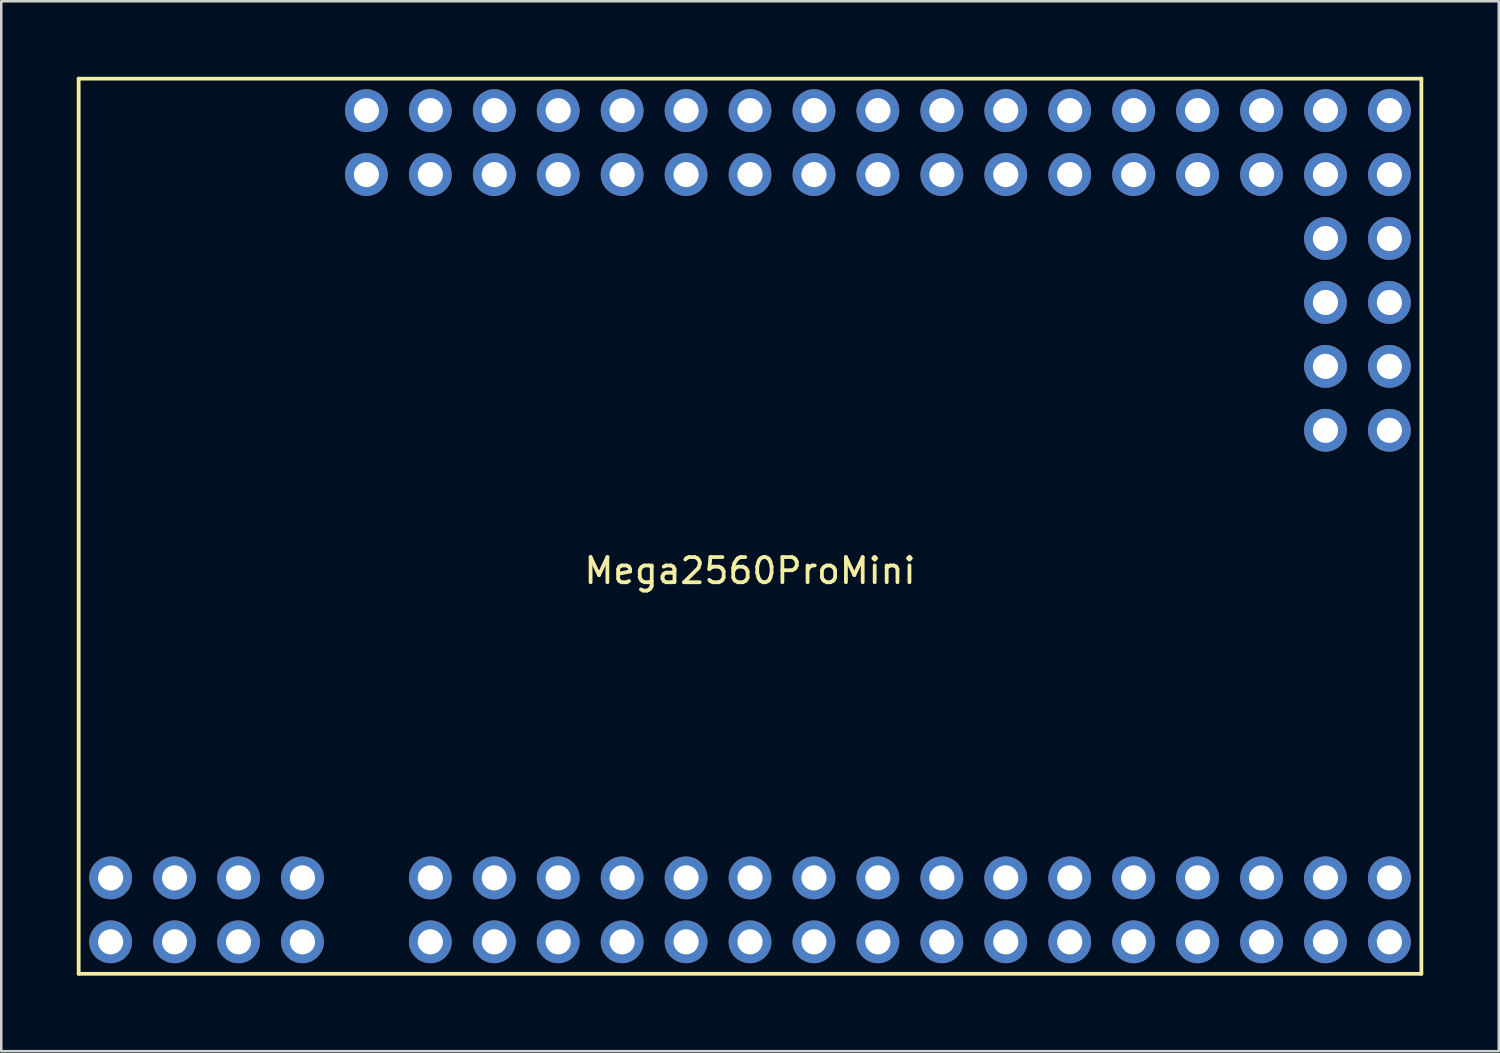
<source format=kicad_pcb>
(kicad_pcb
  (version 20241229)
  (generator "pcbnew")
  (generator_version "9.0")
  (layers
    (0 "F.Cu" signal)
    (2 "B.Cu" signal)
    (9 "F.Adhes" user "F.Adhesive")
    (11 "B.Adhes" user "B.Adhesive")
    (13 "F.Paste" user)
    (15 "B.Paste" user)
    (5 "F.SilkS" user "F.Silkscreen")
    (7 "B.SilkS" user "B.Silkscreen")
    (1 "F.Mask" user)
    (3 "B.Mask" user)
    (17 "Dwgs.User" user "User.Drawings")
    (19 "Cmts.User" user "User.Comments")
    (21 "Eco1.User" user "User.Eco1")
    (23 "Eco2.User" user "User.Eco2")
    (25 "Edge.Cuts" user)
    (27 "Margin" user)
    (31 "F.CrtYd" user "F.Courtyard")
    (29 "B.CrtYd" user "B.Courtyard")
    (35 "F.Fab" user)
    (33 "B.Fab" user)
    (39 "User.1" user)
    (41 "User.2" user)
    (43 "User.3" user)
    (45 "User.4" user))
  (footprint "Mega2560ProMini"
    (layer "F.Cu")
    (at 26.745 16.585)
    (property "Reference" "Mega2560ProMini" (at 0 3.04 0) (layer "F.SilkS") (effects (font (size 1 1) (thickness 0.15))))
    (attr through_hole)
    (fp_line (start -26.67 -16.51) (end 26.67 -16.51) (stroke (width 0.15) (type solid)) (layer "F.SilkS"))
    (fp_line (start -26.67 19.05) (end -26.67 -16.51) (stroke (width 0.15) (type solid)) (layer "F.SilkS"))
    (fp_line (start 26.67 -16.51) (end 26.67 19.05) (stroke (width 0.15) (type solid)) (layer "F.SilkS"))
    (fp_line (start 26.67 19.05) (end -26.67 19.05) (stroke (width 0.15) (type solid)) (layer "F.SilkS"))
    (pad "1" thru_hole circle (at -15.24 -15.24) (size 1.7 1.7) (drill 1) (layers "*.Cu" "*.Mask"))
    (pad "2" thru_hole circle (at -15.24 -12.7) (size 1.7 1.7) (drill 1) (layers "*.Cu" "*.Mask"))
    (pad "3" thru_hole circle (at -12.7 -15.24) (size 1.7 1.7) (drill 1) (layers "*.Cu" "*.Mask"))
    (pad "4" thru_hole circle (at -12.7 -12.7) (size 1.7 1.7) (drill 1) (layers "*.Cu" "*.Mask"))
    (pad "5" thru_hole circle (at -10.16 -15.24) (size 1.7 1.7) (drill 1) (layers "*.Cu" "*.Mask"))
    (pad "6" thru_hole circle (at -10.16 -12.7) (size 1.7 1.7) (drill 1) (layers "*.Cu" "*.Mask"))
    (pad "7" thru_hole circle (at -7.62 -15.24) (size 1.7 1.7) (drill 1) (layers "*.Cu" "*.Mask"))
    (pad "8" thru_hole circle (at -7.62 -12.7) (size 1.7 1.7) (drill 1) (layers "*.Cu" "*.Mask"))
    (pad "9" thru_hole circle (at -5.08 -15.24) (size 1.7 1.7) (drill 1) (layers "*.Cu" "*.Mask"))
    (pad "10" thru_hole circle (at -5.08 -12.7) (size 1.7 1.7) (drill 1) (layers "*.Cu" "*.Mask"))
    (pad "11" thru_hole circle (at -2.54 -15.24) (size 1.7 1.7) (drill 1) (layers "*.Cu" "*.Mask"))
    (pad "12" thru_hole circle (at -2.54 -12.7) (size 1.7 1.7) (drill 1) (layers "*.Cu" "*.Mask"))
    (pad "13" thru_hole circle (at 0 -15.24) (size 1.7 1.7) (drill 1) (layers "*.Cu" "*.Mask"))
    (pad "14" thru_hole circle (at 0 -12.7) (size 1.7 1.7) (drill 1) (layers "*.Cu" "*.Mask"))
    (pad "15" thru_hole circle (at 2.54 -15.24) (size 1.7 1.7) (drill 1) (layers "*.Cu" "*.Mask"))
    (pad "16" thru_hole circle (at 2.54 -12.7) (size 1.7 1.7) (drill 1) (layers "*.Cu" "*.Mask"))
    (pad "17" thru_hole circle (at 5.08 -15.24) (size 1.7 1.7) (drill 1) (layers "*.Cu" "*.Mask"))
    (pad "18" thru_hole circle (at 5.08 -12.7) (size 1.7 1.7) (drill 1) (layers "*.Cu" "*.Mask"))
    (pad "19" thru_hole circle (at -12.7 15.24) (size 1.7 1.7) (drill 1) (layers "*.Cu" "*.Mask"))
    (pad "20" thru_hole circle (at -12.7 17.78) (size 1.7 1.7) (drill 1) (layers "*.Cu" "*.Mask"))
    (pad "21" thru_hole circle (at -10.16 15.24) (size 1.7 1.7) (drill 1) (layers "*.Cu" "*.Mask"))
    (pad "22" thru_hole circle (at -10.16 17.78) (size 1.7 1.7) (drill 1) (layers "*.Cu" "*.Mask"))
    (pad "23" thru_hole circle (at -7.62 15.24) (size 1.7 1.7) (drill 1) (layers "*.Cu" "*.Mask"))
    (pad "24" thru_hole circle (at -7.62 17.78) (size 1.7 1.7) (drill 1) (layers "*.Cu" "*.Mask"))
    (pad "25" thru_hole circle (at -5.08 15.24) (size 1.7 1.7) (drill 1) (layers "*.Cu" "*.Mask"))
    (pad "26" thru_hole circle (at -5.08 17.78) (size 1.7 1.7) (drill 1) (layers "*.Cu" "*.Mask"))
    (pad "27" thru_hole circle (at -2.54 15.24) (size 1.7 1.7) (drill 1) (layers "*.Cu" "*.Mask"))
    (pad "28" thru_hole circle (at -2.54 17.78) (size 1.7 1.7) (drill 1) (layers "*.Cu" "*.Mask"))
    (pad "29" thru_hole circle (at 0 15.24) (size 1.7 1.7) (drill 1) (layers "*.Cu" "*.Mask"))
    (pad "30" thru_hole circle (at 0 17.78) (size 1.7 1.7) (drill 1) (layers "*.Cu" "*.Mask"))
    (pad "31" thru_hole circle (at 2.54 15.24) (size 1.7 1.7) (drill 1) (layers "*.Cu" "*.Mask"))
    (pad "32" thru_hole circle (at 2.54 17.78) (size 1.7 1.7) (drill 1) (layers "*.Cu" "*.Mask"))
    (pad "33" thru_hole circle (at 5.08 15.24) (size 1.7 1.7) (drill 1) (layers "*.Cu" "*.Mask"))
    (pad "34" thru_hole circle (at 5.08 17.78) (size 1.7 1.7) (drill 1) (layers "*.Cu" "*.Mask"))
    (pad "35" thru_hole circle (at 7.62 15.24) (size 1.7 1.7) (drill 1) (layers "*.Cu" "*.Mask"))
    (pad "36" thru_hole circle (at 7.62 17.78) (size 1.7 1.7) (drill 1) (layers "*.Cu" "*.Mask"))
    (pad "37" thru_hole circle (at 10.16 15.24) (size 1.7 1.7) (drill 1) (layers "*.Cu" "*.Mask"))
    (pad "38" thru_hole circle (at 10.16 17.78) (size 1.7 1.7) (drill 1) (layers "*.Cu" "*.Mask"))
    (pad "39" thru_hole circle (at 12.7 15.24) (size 1.7 1.7) (drill 1) (layers "*.Cu" "*.Mask"))
    (pad "40" thru_hole circle (at 12.7 17.78) (size 1.7 1.7) (drill 1) (layers "*.Cu" "*.Mask"))
    (pad "41" thru_hole circle (at 15.24 15.24) (size 1.7 1.7) (drill 1) (layers "*.Cu" "*.Mask"))
    (pad "42" thru_hole circle (at 15.24 17.78) (size 1.7 1.7) (drill 1) (layers "*.Cu" "*.Mask"))
    (pad "43" thru_hole circle (at 17.78 15.24) (size 1.7 1.7) (drill 1) (layers "*.Cu" "*.Mask"))
    (pad "44" thru_hole circle (at 17.78 17.78) (size 1.7 1.7) (drill 1) (layers "*.Cu" "*.Mask"))
    (pad "45" thru_hole circle (at 20.32 15.24) (size 1.7 1.7) (drill 1) (layers "*.Cu" "*.Mask"))
    (pad "46" thru_hole circle (at 20.32 17.78) (size 1.7 1.7) (drill 1) (layers "*.Cu" "*.Mask"))
    (pad "47" thru_hole circle (at 22.86 15.24) (size 1.7 1.7) (drill 1) (layers "*.Cu" "*.Mask"))
    (pad "48" thru_hole circle (at 22.86 17.78) (size 1.7 1.7) (drill 1) (layers "*.Cu" "*.Mask"))
    (pad "49" thru_hole circle (at 25.4 15.24) (size 1.7 1.7) (drill 1) (layers "*.Cu" "*.Mask"))
    (pad "50" thru_hole circle (at 25.4 17.78) (size 1.7 1.7) (drill 1) (layers "*.Cu" "*.Mask"))
    (pad "51" thru_hole circle (at 7.62 -15.24) (size 1.7 1.7) (drill 1) (layers "*.Cu" "*.Mask"))
    (pad "52" thru_hole circle (at 7.62 -12.7) (size 1.7 1.7) (drill 1) (layers "*.Cu" "*.Mask"))
    (pad "53" thru_hole circle (at 10.16 -15.24) (size 1.7 1.7) (drill 1) (layers "*.Cu" "*.Mask"))
    (pad "54" thru_hole circle (at 10.16 -12.7) (size 1.7 1.7) (drill 1) (layers "*.Cu" "*.Mask"))
    (pad "55" thru_hole circle (at 12.7 -15.24) (size 1.7 1.7) (drill 1) (layers "*.Cu" "*.Mask"))
    (pad "56" thru_hole circle (at 12.7 -12.7) (size 1.7 1.7) (drill 1) (layers "*.Cu" "*.Mask"))
    (pad "57" thru_hole circle (at 15.24 -15.24) (size 1.7 1.7) (drill 1) (layers "*.Cu" "*.Mask"))
    (pad "58" thru_hole circle (at 15.24 -12.7) (size 1.7 1.7) (drill 1) (layers "*.Cu" "*.Mask"))
    (pad "59" thru_hole circle (at 17.78 -15.24) (size 1.7 1.7) (drill 1) (layers "*.Cu" "*.Mask"))
    (pad "60" thru_hole circle (at 17.78 -12.7) (size 1.7 1.7) (drill 1) (layers "*.Cu" "*.Mask"))
    (pad "61" thru_hole circle (at 20.32 -15.24) (size 1.7 1.7) (drill 1) (layers "*.Cu" "*.Mask"))
    (pad "62" thru_hole circle (at 20.32 -12.7) (size 1.7 1.7) (drill 1) (layers "*.Cu" "*.Mask"))
    (pad "63" thru_hole circle (at 22.86 -15.24) (size 1.7 1.7) (drill 1) (layers "*.Cu" "*.Mask"))
    (pad "64" thru_hole circle (at 22.86 -12.7) (size 1.7 1.7) (drill 1) (layers "*.Cu" "*.Mask"))
    (pad "65" thru_hole circle (at 25.4 -15.24) (size 1.7 1.7) (drill 1) (layers "*.Cu" "*.Mask"))
    (pad "66" thru_hole circle (at 25.4 -12.7) (size 1.7 1.7) (drill 1) (layers "*.Cu" "*.Mask"))
    (pad "67" thru_hole circle (at 25.4 -7.62) (size 1.7 1.7) (drill 1) (layers "*.Cu" "*.Mask"))
    (pad "68" thru_hole circle (at 22.86 -7.62) (size 1.7 1.7) (drill 1) (layers "*.Cu" "*.Mask"))
    (pad "69" thru_hole circle (at 25.4 -5.08) (size 1.7 1.7) (drill 1) (layers "*.Cu" "*.Mask"))
    (pad "70" thru_hole circle (at 22.86 -5.08) (size 1.7 1.7) (drill 1) (layers "*.Cu" "*.Mask"))
    (pad "71" thru_hole circle (at 25.4 -2.54) (size 1.7 1.7) (drill 1) (layers "*.Cu" "*.Mask"))
    (pad "72" thru_hole circle (at 22.86 -2.54) (size 1.7 1.7) (drill 1) (layers "*.Cu" "*.Mask"))
    (pad "73" thru_hole circle (at -17.78 15.24) (size 1.7 1.7) (drill 1) (layers "*.Cu" "*.Mask"))
    (pad "74" thru_hole circle (at -17.78 17.78) (size 1.7 1.7) (drill 1) (layers "*.Cu" "*.Mask"))
    (pad "75" thru_hole circle (at -20.32 15.24) (size 1.7 1.7) (drill 1) (layers "*.Cu" "*.Mask"))
    (pad "76" thru_hole circle (at -20.32 17.78) (size 1.7 1.7) (drill 1) (layers "*.Cu" "*.Mask"))
    (pad "77" thru_hole circle (at -22.86 15.24) (size 1.7 1.7) (drill 1) (layers "*.Cu" "*.Mask"))
    (pad "78" thru_hole circle (at -22.86 17.78) (size 1.7 1.7) (drill 1) (layers "*.Cu" "*.Mask"))
    (pad "79" thru_hole circle (at -25.4 15.24) (size 1.7 1.7) (drill 1) (layers "*.Cu" "*.Mask"))
    (pad "80" thru_hole circle (at -25.4 17.78) (size 1.7 1.7) (drill 1) (layers "*.Cu" "*.Mask"))
    (pad "GND" thru_hole circle (at 22.86 -10.16) (size 1.7 1.7) (drill 1) (layers "*.Cu" "*.Mask"))
    (pad "GND" thru_hole circle (at 25.4 -10.16) (size 1.7 1.7) (drill 1) (layers "*.Cu" "*.Mask")))
  (gr_rect
    (start -3 -3)
    (end 56.49 38.71)
    (stroke (width 0.1) (type default))
    (fill no)
    (layer "Edge.Cuts")))
</source>
